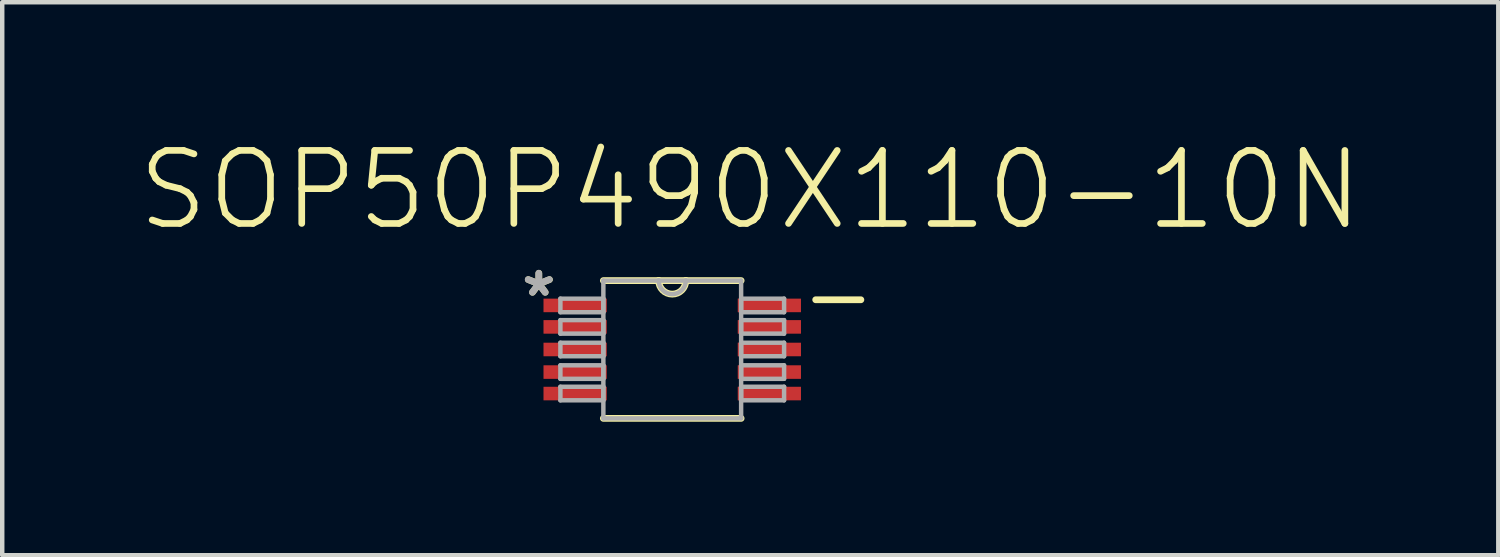
<source format=kicad_pcb>
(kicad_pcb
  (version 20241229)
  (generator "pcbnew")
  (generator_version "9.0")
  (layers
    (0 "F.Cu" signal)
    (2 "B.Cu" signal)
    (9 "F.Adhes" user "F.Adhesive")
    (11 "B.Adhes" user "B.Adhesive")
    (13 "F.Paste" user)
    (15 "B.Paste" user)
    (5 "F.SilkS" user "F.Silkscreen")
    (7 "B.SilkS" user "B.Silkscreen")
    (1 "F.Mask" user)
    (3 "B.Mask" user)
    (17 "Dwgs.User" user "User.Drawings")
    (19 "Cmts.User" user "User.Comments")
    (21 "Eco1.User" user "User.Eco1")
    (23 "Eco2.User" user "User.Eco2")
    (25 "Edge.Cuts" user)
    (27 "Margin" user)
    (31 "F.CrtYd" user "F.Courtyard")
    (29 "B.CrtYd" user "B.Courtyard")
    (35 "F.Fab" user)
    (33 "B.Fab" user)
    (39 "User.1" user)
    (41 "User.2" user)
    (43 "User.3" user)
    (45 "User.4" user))
  (footprint "SOP50P490X110-10N"
    (layer "F.Cu")
    (at 12.067 4.809)
    (property "Reference" "SOP50P490X110-10N" (at 1.755 -3.586 0) (layer "F.SilkS") (effects (font (size 1.642 1.642) (thickness 0.15))))
    (attr through_hole)
    (fp_line (start -1.549 1.549) (end 1.549 1.549) (stroke (width 0.152) (type solid)) (layer "F.SilkS"))
    (fp_line (start -0.305 -1.549) (end -1.549 -1.549) (stroke (width 0.152) (type solid)) (layer "F.SilkS"))
    (fp_line (start 0.305 -1.549) (end -0.305 -1.549) (stroke (width 0.152) (type solid)) (layer "F.SilkS"))
    (fp_line (start 1.549 -1.549) (end 0.305 -1.549) (stroke (width 0.152) (type solid)) (layer "F.SilkS"))
    (fp_line (start 3.226 -1.118) (end 4.242 -1.118) (stroke (width 0.152) (type solid)) (layer "F.SilkS"))
    (fp_arc (start 0.3048 -1.5494) (mid 0 -1.2446) (end -0.3048 -1.5494) (stroke (width 0.1524) (type solid)) (layer "F.SilkS"))
    (fp_line (start -2.515 -1.143) (end -2.515 -0.838) (stroke (width 0.1) (type solid)) (layer "F.Fab"))
    (fp_line (start -2.515 -0.838) (end -1.549 -0.838) (stroke (width 0.1) (type solid)) (layer "F.Fab"))
    (fp_line (start -2.515 -0.66) (end -2.515 -0.356) (stroke (width 0.1) (type solid)) (layer "F.Fab"))
    (fp_line (start -2.515 -0.356) (end -1.549 -0.356) (stroke (width 0.1) (type solid)) (layer "F.Fab"))
    (fp_line (start -2.515 -0.152) (end -2.515 0.152) (stroke (width 0.1) (type solid)) (layer "F.Fab"))
    (fp_line (start -2.515 0.152) (end -1.549 0.152) (stroke (width 0.1) (type solid)) (layer "F.Fab"))
    (fp_line (start -2.515 0.356) (end -2.515 0.66) (stroke (width 0.1) (type solid)) (layer "F.Fab"))
    (fp_line (start -2.515 0.66) (end -1.549 0.66) (stroke (width 0.1) (type solid)) (layer "F.Fab"))
    (fp_line (start -2.515 0.838) (end -2.515 1.143) (stroke (width 0.1) (type solid)) (layer "F.Fab"))
    (fp_line (start -2.515 1.143) (end -1.549 1.143) (stroke (width 0.1) (type solid)) (layer "F.Fab"))
    (fp_line (start -1.549 -1.549) (end -1.549 1.549) (stroke (width 0.1) (type solid)) (layer "F.Fab"))
    (fp_line (start -1.549 -1.143) (end -2.515 -1.143) (stroke (width 0.1) (type solid)) (layer "F.Fab"))
    (fp_line (start -1.549 -0.838) (end -1.549 -1.143) (stroke (width 0.1) (type solid)) (layer "F.Fab"))
    (fp_line (start -1.549 -0.66) (end -2.515 -0.66) (stroke (width 0.1) (type solid)) (layer "F.Fab"))
    (fp_line (start -1.549 -0.356) (end -1.549 -0.66) (stroke (width 0.1) (type solid)) (layer "F.Fab"))
    (fp_line (start -1.549 -0.152) (end -2.515 -0.152) (stroke (width 0.1) (type solid)) (layer "F.Fab"))
    (fp_line (start -1.549 0.152) (end -1.549 -0.152) (stroke (width 0.1) (type solid)) (layer "F.Fab"))
    (fp_line (start -1.549 0.356) (end -2.515 0.356) (stroke (width 0.1) (type solid)) (layer "F.Fab"))
    (fp_line (start -1.549 0.66) (end -1.549 0.356) (stroke (width 0.1) (type solid)) (layer "F.Fab"))
    (fp_line (start -1.549 0.838) (end -2.515 0.838) (stroke (width 0.1) (type solid)) (layer "F.Fab"))
    (fp_line (start -1.549 1.143) (end -1.549 0.838) (stroke (width 0.1) (type solid)) (layer "F.Fab"))
    (fp_line (start -1.549 1.549) (end 1.549 1.549) (stroke (width 0.1) (type solid)) (layer "F.Fab"))
    (fp_line (start -0.305 -1.549) (end -1.549 -1.549) (stroke (width 0.1) (type solid)) (layer "F.Fab"))
    (fp_line (start 0.305 -1.549) (end -0.305 -1.549) (stroke (width 0.1) (type solid)) (layer "F.Fab"))
    (fp_line (start 1.549 -1.549) (end 0.305 -1.549) (stroke (width 0.1) (type solid)) (layer "F.Fab"))
    (fp_line (start 1.549 -1.143) (end 1.549 -0.838) (stroke (width 0.1) (type solid)) (layer "F.Fab"))
    (fp_line (start 1.549 -0.838) (end 2.515 -0.838) (stroke (width 0.1) (type solid)) (layer "F.Fab"))
    (fp_line (start 1.549 -0.66) (end 1.549 -0.356) (stroke (width 0.1) (type solid)) (layer "F.Fab"))
    (fp_line (start 1.549 -0.356) (end 2.515 -0.356) (stroke (width 0.1) (type solid)) (layer "F.Fab"))
    (fp_line (start 1.549 -0.152) (end 1.549 0.152) (stroke (width 0.1) (type solid)) (layer "F.Fab"))
    (fp_line (start 1.549 0.152) (end 2.515 0.152) (stroke (width 0.1) (type solid)) (layer "F.Fab"))
    (fp_line (start 1.549 0.356) (end 1.549 0.66) (stroke (width 0.1) (type solid)) (layer "F.Fab"))
    (fp_line (start 1.549 0.66) (end 2.515 0.66) (stroke (width 0.1) (type solid)) (layer "F.Fab"))
    (fp_line (start 1.549 0.838) (end 1.549 1.143) (stroke (width 0.1) (type solid)) (layer "F.Fab"))
    (fp_line (start 1.549 1.143) (end 2.515 1.143) (stroke (width 0.1) (type solid)) (layer "F.Fab"))
    (fp_line (start 1.549 1.549) (end 1.549 -1.549) (stroke (width 0.1) (type solid)) (layer "F.Fab"))
    (fp_line (start 2.515 -1.143) (end 1.549 -1.143) (stroke (width 0.1) (type solid)) (layer "F.Fab"))
    (fp_line (start 2.515 -0.838) (end 2.515 -1.143) (stroke (width 0.1) (type solid)) (layer "F.Fab"))
    (fp_line (start 2.515 -0.66) (end 1.549 -0.66) (stroke (width 0.1) (type solid)) (layer "F.Fab"))
    (fp_line (start 2.515 -0.356) (end 2.515 -0.66) (stroke (width 0.1) (type solid)) (layer "F.Fab"))
    (fp_line (start 2.515 -0.152) (end 1.549 -0.152) (stroke (width 0.1) (type solid)) (layer "F.Fab"))
    (fp_line (start 2.515 0.152) (end 2.515 -0.152) (stroke (width 0.1) (type solid)) (layer "F.Fab"))
    (fp_line (start 2.515 0.356) (end 1.549 0.356) (stroke (width 0.1) (type solid)) (layer "F.Fab"))
    (fp_line (start 2.515 0.66) (end 2.515 0.356) (stroke (width 0.1) (type solid)) (layer "F.Fab"))
    (fp_line (start 2.515 0.838) (end 1.549 0.838) (stroke (width 0.1) (type solid)) (layer "F.Fab"))
    (fp_line (start 2.515 1.143) (end 2.515 0.838) (stroke (width 0.1) (type solid)) (layer "F.Fab"))
    (fp_arc (start 0.3048 -1.5494) (mid 0 -1.2446) (end -0.3048 -1.5494) (stroke (width 0.1) (type solid)) (layer "F.Fab"))
    (fp_text user "*" (at -2.999 -1.169 0) (layer "F.SilkS") (effects (font (size 1.001 1.001) (thickness 0.15))))
    (fp_text user "*" (at -3.002 -1.17 0) (layer "F.Fab") (effects (font (size 1.001 1.001) (thickness 0.15))))
    (pad "1" smd rect (at -2.184 -0.991) (size 1.422 0.305) (layers "F.Cu" "F.Mask" "F.Paste"))
    (pad "2" smd rect (at -2.184 -0.508) (size 1.422 0.305) (layers "F.Cu" "F.Mask" "F.Paste"))
    (pad "3" smd rect (at -2.184 0) (size 1.422 0.305) (layers "F.Cu" "F.Mask" "F.Paste"))
    (pad "4" smd rect (at -2.184 0.508) (size 1.422 0.305) (layers "F.Cu" "F.Mask" "F.Paste"))
    (pad "5" smd rect (at -2.184 0.991) (size 1.422 0.305) (layers "F.Cu" "F.Mask" "F.Paste"))
    (pad "6" smd rect (at 2.184 0.991) (size 1.422 0.305) (layers "F.Cu" "F.Mask" "F.Paste"))
    (pad "7" smd rect (at 2.184 0.508) (size 1.422 0.305) (layers "F.Cu" "F.Mask" "F.Paste"))
    (pad "8" smd rect (at 2.184 0) (size 1.422 0.305) (layers "F.Cu" "F.Mask" "F.Paste"))
    (pad "9" smd rect (at 2.184 -0.508) (size 1.422 0.305) (layers "F.Cu" "F.Mask" "F.Paste"))
    (pad "10" smd rect (at 2.184 -0.991) (size 1.422 0.305) (layers "F.Cu" "F.Mask" "F.Paste")))
  (gr_rect
    (start -3 -3)
    (end 30.643 9.435)
    (stroke (width 0.1) (type default))
    (fill no)
    (layer "Edge.Cuts")))
</source>
